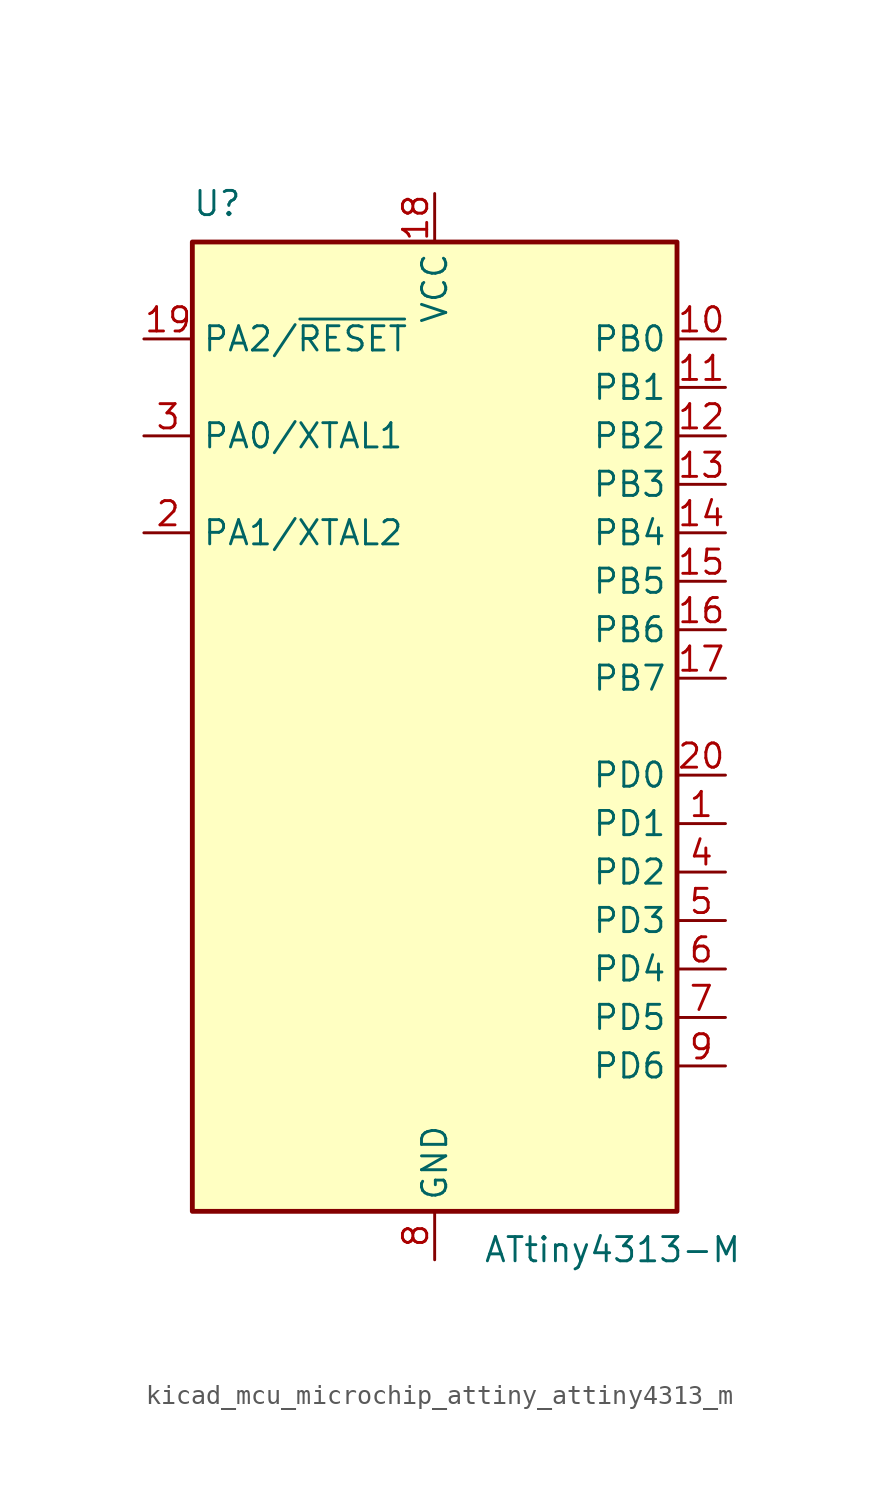
<source format=kicad_sym>
(kicad_symbol_lib
  (version 20220914)
  (generator kicad_symbol_editor)
  (symbol "kicad_mcu_microchip_attiny_attiny4313_m"
    (property "Reference" "U"
      (at -12.7 26.67 0)
      (effects (font (size 1.27 1.27)) (justify left bottom)))
    (property "Value" "ATtiny4313-M"
      (at 2.54 -26.67 0)
      (effects (font (size 1.27 1.27)) (justify left top)))
    (symbol "kicad_mcu_microchip_attiny_attiny4313_m_0_1"
      (rectangle (start -12.7 -25.4) (end 12.7 25.4) (stroke (width 0.254) (type default)) (fill (type background))))
    (symbol "kicad_mcu_microchip_attiny_attiny4313_m_1_1"
      (pin bidirectional line (at 15.24 -5.08 180) (length 2.54) (name "PD1" (effects (font (size 1.27 1.27)))) (number "1" (effects (font (size 1.27 1.27)))))
      (pin bidirectional line (at 15.24 20.32 180) (length 2.54) (name "PB0" (effects (font (size 1.27 1.27)))) (number "10" (effects (font (size 1.27 1.27)))))
      (pin bidirectional line (at 15.24 17.78 180) (length 2.54) (name "PB1" (effects (font (size 1.27 1.27)))) (number "11" (effects (font (size 1.27 1.27)))))
      (pin bidirectional line (at 15.24 15.24 180) (length 2.54) (name "PB2" (effects (font (size 1.27 1.27)))) (number "12" (effects (font (size 1.27 1.27)))))
      (pin bidirectional line (at 15.24 12.7 180) (length 2.54) (name "PB3" (effects (font (size 1.27 1.27)))) (number "13" (effects (font (size 1.27 1.27)))))
      (pin bidirectional line (at 15.24 10.16 180) (length 2.54) (name "PB4" (effects (font (size 1.27 1.27)))) (number "14" (effects (font (size 1.27 1.27)))))
      (pin bidirectional line (at 15.24 7.62 180) (length 2.54) (name "PB5" (effects (font (size 1.27 1.27)))) (number "15" (effects (font (size 1.27 1.27)))))
      (pin bidirectional line (at 15.24 5.08 180) (length 2.54) (name "PB6" (effects (font (size 1.27 1.27)))) (number "16" (effects (font (size 1.27 1.27)))))
      (pin bidirectional line (at 15.24 2.54 180) (length 2.54) (name "PB7" (effects (font (size 1.27 1.27)))) (number "17" (effects (font (size 1.27 1.27)))))
      (pin power_in line (at 0 27.94 270) (length 2.54) (name "VCC" (effects (font (size 1.27 1.27)))) (number "18" (effects (font (size 1.27 1.27)))))
      (pin bidirectional line (at -15.24 20.32 0) (length 2.54) (name "PA2/~{RESET}" (effects (font (size 1.27 1.27)))) (number "19" (effects (font (size 1.27 1.27)))))
      (pin bidirectional line (at -15.24 10.16 0) (length 2.54) (name "PA1/XTAL2" (effects (font (size 1.27 1.27)))) (number "2" (effects (font (size 1.27 1.27)))))
      (pin bidirectional line (at 15.24 -2.54 180) (length 2.54) (name "PD0" (effects (font (size 1.27 1.27)))) (number "20" (effects (font (size 1.27 1.27)))))
      (pin passive line (at 0 -27.94 90) (length 2.54) hide (name "GND" (effects (font (size 1.27 1.27)))) (number "21" (effects (font (size 1.27 1.27)))))
      (pin bidirectional line (at -15.24 15.24 0) (length 2.54) (name "PA0/XTAL1" (effects (font (size 1.27 1.27)))) (number "3" (effects (font (size 1.27 1.27)))))
      (pin bidirectional line (at 15.24 -7.62 180) (length 2.54) (name "PD2" (effects (font (size 1.27 1.27)))) (number "4" (effects (font (size 1.27 1.27)))))
      (pin bidirectional line (at 15.24 -10.16 180) (length 2.54) (name "PD3" (effects (font (size 1.27 1.27)))) (number "5" (effects (font (size 1.27 1.27)))))
      (pin bidirectional line (at 15.24 -12.7 180) (length 2.54) (name "PD4" (effects (font (size 1.27 1.27)))) (number "6" (effects (font (size 1.27 1.27)))))
      (pin bidirectional line (at 15.24 -15.24 180) (length 2.54) (name "PD5" (effects (font (size 1.27 1.27)))) (number "7" (effects (font (size 1.27 1.27)))))
      (pin power_in line (at 0 -27.94 90) (length 2.54) (name "GND" (effects (font (size 1.27 1.27)))) (number "8" (effects (font (size 1.27 1.27)))))
      (pin bidirectional line (at 15.24 -17.78 180) (length 2.54) (name "PD6" (effects (font (size 1.27 1.27)))) (number "9" (effects (font (size 1.27 1.27))))))))
</source>
